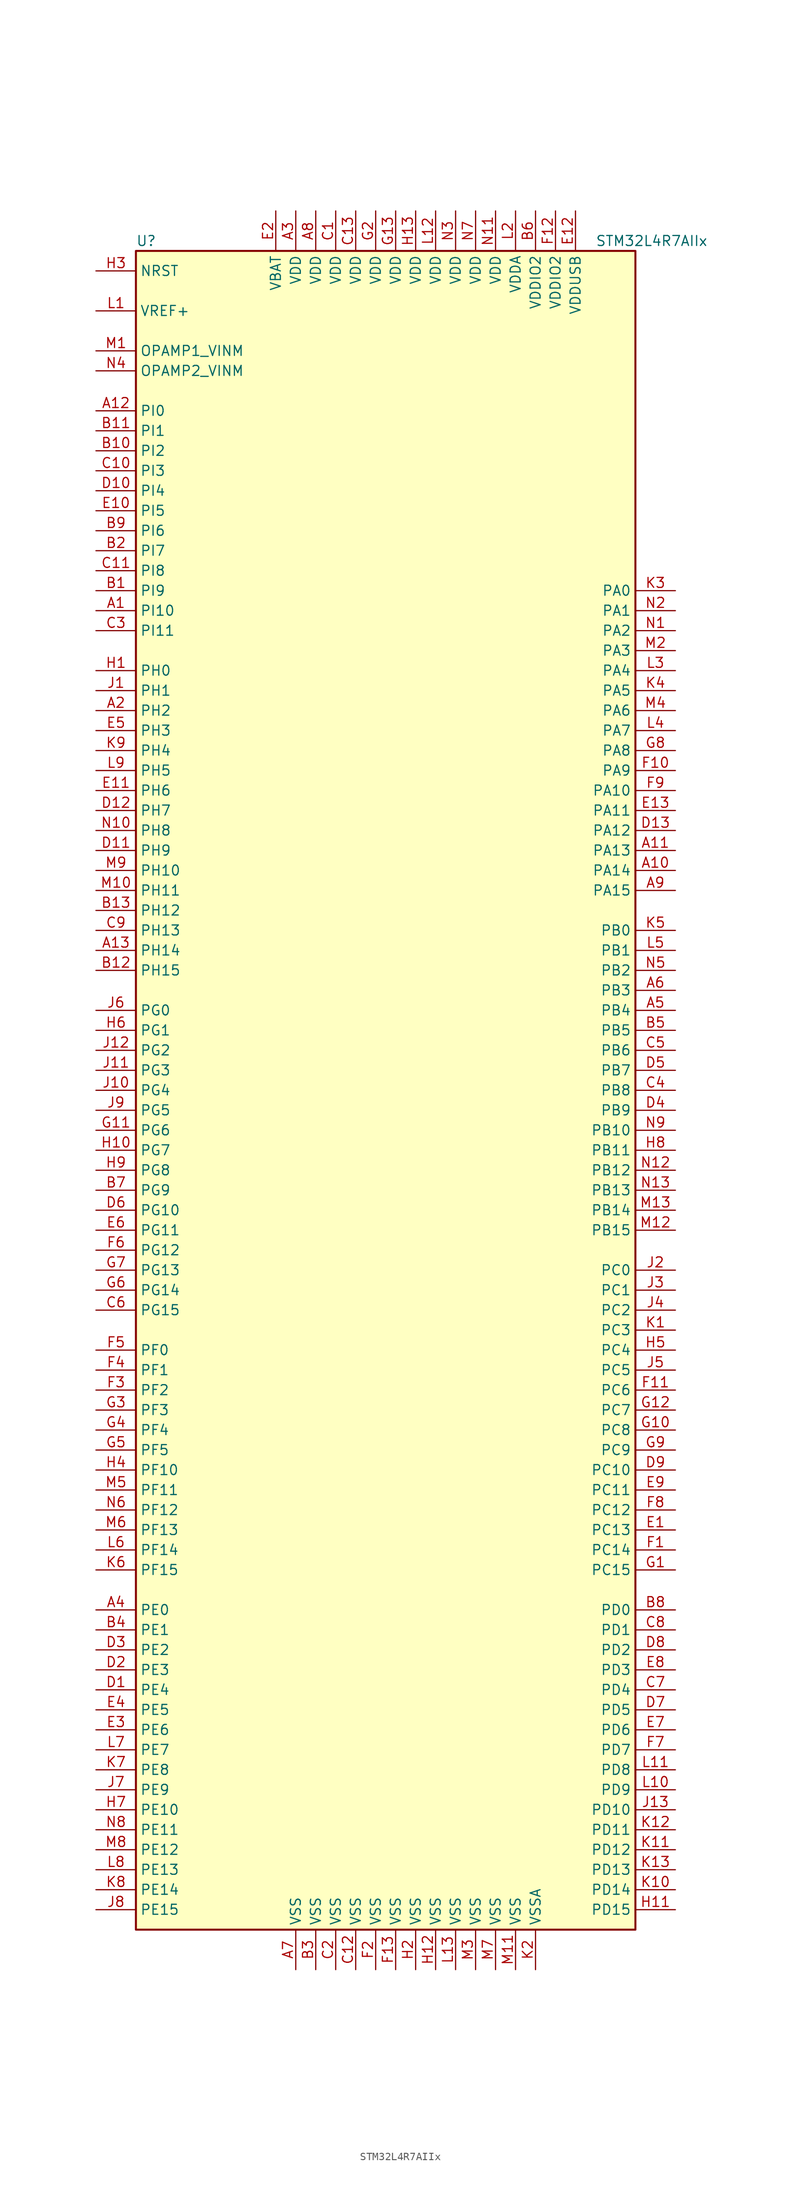
<source format=kicad_sym>
(kicad_symbol_lib
  (version 20201005)
  (generator kicad_symbol_editor)
  (symbol "STM32L4R7AIIx"
    (property "Reference" "U"
      (at -33.02 107.95 0)
      (effects (font (size 1.27 1.27)) (justify left)))
    (property "Value" "STM32L4R7AIIx"
      (at 25.4 107.95 0)
      (effects (font (size 1.27 1.27)) (justify left)))
    (symbol "STM32L4R7AIIx_0_1"
      (rectangle (start -33.02 -106.68) (end 30.48 106.68) (stroke (width 0.254)) (fill (type background))))
    (symbol "STM32L4R7AIIx_1_1"
      (pin input line (at -38.1 104.14 0) (length 5.08) (name "NRST" (effects (font (size 1.27 1.27)))) (number "H3" (effects (font (size 1.27 1.27)))))
      (pin bidirectional line (at -38.1 93.98 0) (length 5.08) (name "OPAMP1_VINM" (effects (font (size 1.27 1.27)))) (number "M1" (effects (font (size 1.27 1.27)))))
      (pin bidirectional line (at -38.1 91.44 0) (length 5.08) (name "OPAMP2_VINM" (effects (font (size 1.27 1.27)))) (number "N4" (effects (font (size 1.27 1.27)))))
      (pin bidirectional line (at 35.56 63.5 180) (length 5.08) (name "PA0" (effects (font (size 1.27 1.27)))) (number "K3" (effects (font (size 1.27 1.27)))))
      (pin bidirectional line (at 35.56 60.96 180) (length 5.08) (name "PA1" (effects (font (size 1.27 1.27)))) (number "N2" (effects (font (size 1.27 1.27)))))
      (pin bidirectional line (at 35.56 38.1 180) (length 5.08) (name "PA10" (effects (font (size 1.27 1.27)))) (number "F9" (effects (font (size 1.27 1.27)))))
      (pin bidirectional line (at 35.56 35.56 180) (length 5.08) (name "PA11" (effects (font (size 1.27 1.27)))) (number "E13" (effects (font (size 1.27 1.27)))))
      (pin bidirectional line (at 35.56 33.02 180) (length 5.08) (name "PA12" (effects (font (size 1.27 1.27)))) (number "D13" (effects (font (size 1.27 1.27)))))
      (pin bidirectional line (at 35.56 30.48 180) (length 5.08) (name "PA13" (effects (font (size 1.27 1.27)))) (number "A11" (effects (font (size 1.27 1.27)))))
      (pin bidirectional line (at 35.56 27.94 180) (length 5.08) (name "PA14" (effects (font (size 1.27 1.27)))) (number "A10" (effects (font (size 1.27 1.27)))))
      (pin bidirectional line (at 35.56 25.4 180) (length 5.08) (name "PA15" (effects (font (size 1.27 1.27)))) (number "A9" (effects (font (size 1.27 1.27)))))
      (pin bidirectional line (at 35.56 58.42 180) (length 5.08) (name "PA2" (effects (font (size 1.27 1.27)))) (number "N1" (effects (font (size 1.27 1.27)))))
      (pin bidirectional line (at 35.56 55.88 180) (length 5.08) (name "PA3" (effects (font (size 1.27 1.27)))) (number "M2" (effects (font (size 1.27 1.27)))))
      (pin bidirectional line (at 35.56 53.34 180) (length 5.08) (name "PA4" (effects (font (size 1.27 1.27)))) (number "L3" (effects (font (size 1.27 1.27)))))
      (pin bidirectional line (at 35.56 50.8 180) (length 5.08) (name "PA5" (effects (font (size 1.27 1.27)))) (number "K4" (effects (font (size 1.27 1.27)))))
      (pin bidirectional line (at 35.56 48.26 180) (length 5.08) (name "PA6" (effects (font (size 1.27 1.27)))) (number "M4" (effects (font (size 1.27 1.27)))))
      (pin bidirectional line (at 35.56 45.72 180) (length 5.08) (name "PA7" (effects (font (size 1.27 1.27)))) (number "L4" (effects (font (size 1.27 1.27)))))
      (pin bidirectional line (at 35.56 43.18 180) (length 5.08) (name "PA8" (effects (font (size 1.27 1.27)))) (number "G8" (effects (font (size 1.27 1.27)))))
      (pin bidirectional line (at 35.56 40.64 180) (length 5.08) (name "PA9" (effects (font (size 1.27 1.27)))) (number "F10" (effects (font (size 1.27 1.27)))))
      (pin bidirectional line (at 35.56 20.32 180) (length 5.08) (name "PB0" (effects (font (size 1.27 1.27)))) (number "K5" (effects (font (size 1.27 1.27)))))
      (pin bidirectional line (at 35.56 17.78 180) (length 5.08) (name "PB1" (effects (font (size 1.27 1.27)))) (number "L5" (effects (font (size 1.27 1.27)))))
      (pin bidirectional line (at 35.56 -5.08 180) (length 5.08) (name "PB10" (effects (font (size 1.27 1.27)))) (number "N9" (effects (font (size 1.27 1.27)))))
      (pin bidirectional line (at 35.56 -7.62 180) (length 5.08) (name "PB11" (effects (font (size 1.27 1.27)))) (number "H8" (effects (font (size 1.27 1.27)))))
      (pin bidirectional line (at 35.56 -10.16 180) (length 5.08) (name "PB12" (effects (font (size 1.27 1.27)))) (number "N12" (effects (font (size 1.27 1.27)))))
      (pin bidirectional line (at 35.56 -12.7 180) (length 5.08) (name "PB13" (effects (font (size 1.27 1.27)))) (number "N13" (effects (font (size 1.27 1.27)))))
      (pin bidirectional line (at 35.56 -15.24 180) (length 5.08) (name "PB14" (effects (font (size 1.27 1.27)))) (number "M13" (effects (font (size 1.27 1.27)))))
      (pin bidirectional line (at 35.56 -17.78 180) (length 5.08) (name "PB15" (effects (font (size 1.27 1.27)))) (number "M12" (effects (font (size 1.27 1.27)))))
      (pin bidirectional line (at 35.56 15.24 180) (length 5.08) (name "PB2" (effects (font (size 1.27 1.27)))) (number "N5" (effects (font (size 1.27 1.27)))))
      (pin bidirectional line (at 35.56 12.7 180) (length 5.08) (name "PB3" (effects (font (size 1.27 1.27)))) (number "A6" (effects (font (size 1.27 1.27)))))
      (pin bidirectional line (at 35.56 10.16 180) (length 5.08) (name "PB4" (effects (font (size 1.27 1.27)))) (number "A5" (effects (font (size 1.27 1.27)))))
      (pin bidirectional line (at 35.56 7.62 180) (length 5.08) (name "PB5" (effects (font (size 1.27 1.27)))) (number "B5" (effects (font (size 1.27 1.27)))))
      (pin bidirectional line (at 35.56 5.08 180) (length 5.08) (name "PB6" (effects (font (size 1.27 1.27)))) (number "C5" (effects (font (size 1.27 1.27)))))
      (pin bidirectional line (at 35.56 2.54 180) (length 5.08) (name "PB7" (effects (font (size 1.27 1.27)))) (number "D5" (effects (font (size 1.27 1.27)))))
      (pin bidirectional line (at 35.56 0 180) (length 5.08) (name "PB8" (effects (font (size 1.27 1.27)))) (number "C4" (effects (font (size 1.27 1.27)))))
      (pin bidirectional line (at 35.56 -2.54 180) (length 5.08) (name "PB9" (effects (font (size 1.27 1.27)))) (number "D4" (effects (font (size 1.27 1.27)))))
      (pin bidirectional line (at 35.56 -22.86 180) (length 5.08) (name "PC0" (effects (font (size 1.27 1.27)))) (number "J2" (effects (font (size 1.27 1.27)))))
      (pin bidirectional line (at 35.56 -25.4 180) (length 5.08) (name "PC1" (effects (font (size 1.27 1.27)))) (number "J3" (effects (font (size 1.27 1.27)))))
      (pin bidirectional line (at 35.56 -48.26 180) (length 5.08) (name "PC10" (effects (font (size 1.27 1.27)))) (number "D9" (effects (font (size 1.27 1.27)))))
      (pin bidirectional line (at 35.56 -50.8 180) (length 5.08) (name "PC11" (effects (font (size 1.27 1.27)))) (number "E9" (effects (font (size 1.27 1.27)))))
      (pin bidirectional line (at 35.56 -53.34 180) (length 5.08) (name "PC12" (effects (font (size 1.27 1.27)))) (number "F8" (effects (font (size 1.27 1.27)))))
      (pin bidirectional line (at 35.56 -55.88 180) (length 5.08) (name "PC13" (effects (font (size 1.27 1.27)))) (number "E1" (effects (font (size 1.27 1.27)))))
      (pin bidirectional line (at 35.56 -58.42 180) (length 5.08) (name "PC14" (effects (font (size 1.27 1.27)))) (number "F1" (effects (font (size 1.27 1.27)))))
      (pin bidirectional line (at 35.56 -60.96 180) (length 5.08) (name "PC15" (effects (font (size 1.27 1.27)))) (number "G1" (effects (font (size 1.27 1.27)))))
      (pin bidirectional line (at 35.56 -27.94 180) (length 5.08) (name "PC2" (effects (font (size 1.27 1.27)))) (number "J4" (effects (font (size 1.27 1.27)))))
      (pin bidirectional line (at 35.56 -30.48 180) (length 5.08) (name "PC3" (effects (font (size 1.27 1.27)))) (number "K1" (effects (font (size 1.27 1.27)))))
      (pin bidirectional line (at 35.56 -33.02 180) (length 5.08) (name "PC4" (effects (font (size 1.27 1.27)))) (number "H5" (effects (font (size 1.27 1.27)))))
      (pin bidirectional line (at 35.56 -35.56 180) (length 5.08) (name "PC5" (effects (font (size 1.27 1.27)))) (number "J5" (effects (font (size 1.27 1.27)))))
      (pin bidirectional line (at 35.56 -38.1 180) (length 5.08) (name "PC6" (effects (font (size 1.27 1.27)))) (number "F11" (effects (font (size 1.27 1.27)))))
      (pin bidirectional line (at 35.56 -40.64 180) (length 5.08) (name "PC7" (effects (font (size 1.27 1.27)))) (number "G12" (effects (font (size 1.27 1.27)))))
      (pin bidirectional line (at 35.56 -43.18 180) (length 5.08) (name "PC8" (effects (font (size 1.27 1.27)))) (number "G10" (effects (font (size 1.27 1.27)))))
      (pin bidirectional line (at 35.56 -45.72 180) (length 5.08) (name "PC9" (effects (font (size 1.27 1.27)))) (number "G9" (effects (font (size 1.27 1.27)))))
      (pin bidirectional line (at 35.56 -66.04 180) (length 5.08) (name "PD0" (effects (font (size 1.27 1.27)))) (number "B8" (effects (font (size 1.27 1.27)))))
      (pin bidirectional line (at 35.56 -68.58 180) (length 5.08) (name "PD1" (effects (font (size 1.27 1.27)))) (number "C8" (effects (font (size 1.27 1.27)))))
      (pin bidirectional line (at 35.56 -91.44 180) (length 5.08) (name "PD10" (effects (font (size 1.27 1.27)))) (number "J13" (effects (font (size 1.27 1.27)))))
      (pin bidirectional line (at 35.56 -93.98 180) (length 5.08) (name "PD11" (effects (font (size 1.27 1.27)))) (number "K12" (effects (font (size 1.27 1.27)))))
      (pin bidirectional line (at 35.56 -96.52 180) (length 5.08) (name "PD12" (effects (font (size 1.27 1.27)))) (number "K11" (effects (font (size 1.27 1.27)))))
      (pin bidirectional line (at 35.56 -99.06 180) (length 5.08) (name "PD13" (effects (font (size 1.27 1.27)))) (number "K13" (effects (font (size 1.27 1.27)))))
      (pin bidirectional line (at 35.56 -101.6 180) (length 5.08) (name "PD14" (effects (font (size 1.27 1.27)))) (number "K10" (effects (font (size 1.27 1.27)))))
      (pin bidirectional line (at 35.56 -104.14 180) (length 5.08) (name "PD15" (effects (font (size 1.27 1.27)))) (number "H11" (effects (font (size 1.27 1.27)))))
      (pin bidirectional line (at 35.56 -71.12 180) (length 5.08) (name "PD2" (effects (font (size 1.27 1.27)))) (number "D8" (effects (font (size 1.27 1.27)))))
      (pin bidirectional line (at 35.56 -73.66 180) (length 5.08) (name "PD3" (effects (font (size 1.27 1.27)))) (number "E8" (effects (font (size 1.27 1.27)))))
      (pin bidirectional line (at 35.56 -76.2 180) (length 5.08) (name "PD4" (effects (font (size 1.27 1.27)))) (number "C7" (effects (font (size 1.27 1.27)))))
      (pin bidirectional line (at 35.56 -78.74 180) (length 5.08) (name "PD5" (effects (font (size 1.27 1.27)))) (number "D7" (effects (font (size 1.27 1.27)))))
      (pin bidirectional line (at 35.56 -81.28 180) (length 5.08) (name "PD6" (effects (font (size 1.27 1.27)))) (number "E7" (effects (font (size 1.27 1.27)))))
      (pin bidirectional line (at 35.56 -83.82 180) (length 5.08) (name "PD7" (effects (font (size 1.27 1.27)))) (number "F7" (effects (font (size 1.27 1.27)))))
      (pin bidirectional line (at 35.56 -86.36 180) (length 5.08) (name "PD8" (effects (font (size 1.27 1.27)))) (number "L11" (effects (font (size 1.27 1.27)))))
      (pin bidirectional line (at 35.56 -88.9 180) (length 5.08) (name "PD9" (effects (font (size 1.27 1.27)))) (number "L10" (effects (font (size 1.27 1.27)))))
      (pin bidirectional line (at -38.1 -66.04 0) (length 5.08) (name "PE0" (effects (font (size 1.27 1.27)))) (number "A4" (effects (font (size 1.27 1.27)))))
      (pin bidirectional line (at -38.1 -68.58 0) (length 5.08) (name "PE1" (effects (font (size 1.27 1.27)))) (number "B4" (effects (font (size 1.27 1.27)))))
      (pin bidirectional line (at -38.1 -91.44 0) (length 5.08) (name "PE10" (effects (font (size 1.27 1.27)))) (number "H7" (effects (font (size 1.27 1.27)))))
      (pin bidirectional line (at -38.1 -93.98 0) (length 5.08) (name "PE11" (effects (font (size 1.27 1.27)))) (number "N8" (effects (font (size 1.27 1.27)))))
      (pin bidirectional line (at -38.1 -96.52 0) (length 5.08) (name "PE12" (effects (font (size 1.27 1.27)))) (number "M8" (effects (font (size 1.27 1.27)))))
      (pin bidirectional line (at -38.1 -99.06 0) (length 5.08) (name "PE13" (effects (font (size 1.27 1.27)))) (number "L8" (effects (font (size 1.27 1.27)))))
      (pin bidirectional line (at -38.1 -101.6 0) (length 5.08) (name "PE14" (effects (font (size 1.27 1.27)))) (number "K8" (effects (font (size 1.27 1.27)))))
      (pin bidirectional line (at -38.1 -104.14 0) (length 5.08) (name "PE15" (effects (font (size 1.27 1.27)))) (number "J8" (effects (font (size 1.27 1.27)))))
      (pin bidirectional line (at -38.1 -71.12 0) (length 5.08) (name "PE2" (effects (font (size 1.27 1.27)))) (number "D3" (effects (font (size 1.27 1.27)))))
      (pin bidirectional line (at -38.1 -73.66 0) (length 5.08) (name "PE3" (effects (font (size 1.27 1.27)))) (number "D2" (effects (font (size 1.27 1.27)))))
      (pin bidirectional line (at -38.1 -76.2 0) (length 5.08) (name "PE4" (effects (font (size 1.27 1.27)))) (number "D1" (effects (font (size 1.27 1.27)))))
      (pin bidirectional line (at -38.1 -78.74 0) (length 5.08) (name "PE5" (effects (font (size 1.27 1.27)))) (number "E4" (effects (font (size 1.27 1.27)))))
      (pin bidirectional line (at -38.1 -81.28 0) (length 5.08) (name "PE6" (effects (font (size 1.27 1.27)))) (number "E3" (effects (font (size 1.27 1.27)))))
      (pin bidirectional line (at -38.1 -83.82 0) (length 5.08) (name "PE7" (effects (font (size 1.27 1.27)))) (number "L7" (effects (font (size 1.27 1.27)))))
      (pin bidirectional line (at -38.1 -86.36 0) (length 5.08) (name "PE8" (effects (font (size 1.27 1.27)))) (number "K7" (effects (font (size 1.27 1.27)))))
      (pin bidirectional line (at -38.1 -88.9 0) (length 5.08) (name "PE9" (effects (font (size 1.27 1.27)))) (number "J7" (effects (font (size 1.27 1.27)))))
      (pin bidirectional line (at -38.1 -33.02 0) (length 5.08) (name "PF0" (effects (font (size 1.27 1.27)))) (number "F5" (effects (font (size 1.27 1.27)))))
      (pin bidirectional line (at -38.1 -35.56 0) (length 5.08) (name "PF1" (effects (font (size 1.27 1.27)))) (number "F4" (effects (font (size 1.27 1.27)))))
      (pin bidirectional line (at -38.1 -48.26 0) (length 5.08) (name "PF10" (effects (font (size 1.27 1.27)))) (number "H4" (effects (font (size 1.27 1.27)))))
      (pin bidirectional line (at -38.1 -50.8 0) (length 5.08) (name "PF11" (effects (font (size 1.27 1.27)))) (number "M5" (effects (font (size 1.27 1.27)))))
      (pin bidirectional line (at -38.1 -53.34 0) (length 5.08) (name "PF12" (effects (font (size 1.27 1.27)))) (number "N6" (effects (font (size 1.27 1.27)))))
      (pin bidirectional line (at -38.1 -55.88 0) (length 5.08) (name "PF13" (effects (font (size 1.27 1.27)))) (number "M6" (effects (font (size 1.27 1.27)))))
      (pin bidirectional line (at -38.1 -58.42 0) (length 5.08) (name "PF14" (effects (font (size 1.27 1.27)))) (number "L6" (effects (font (size 1.27 1.27)))))
      (pin bidirectional line (at -38.1 -60.96 0) (length 5.08) (name "PF15" (effects (font (size 1.27 1.27)))) (number "K6" (effects (font (size 1.27 1.27)))))
      (pin bidirectional line (at -38.1 -38.1 0) (length 5.08) (name "PF2" (effects (font (size 1.27 1.27)))) (number "F3" (effects (font (size 1.27 1.27)))))
      (pin bidirectional line (at -38.1 -40.64 0) (length 5.08) (name "PF3" (effects (font (size 1.27 1.27)))) (number "G3" (effects (font (size 1.27 1.27)))))
      (pin bidirectional line (at -38.1 -43.18 0) (length 5.08) (name "PF4" (effects (font (size 1.27 1.27)))) (number "G4" (effects (font (size 1.27 1.27)))))
      (pin bidirectional line (at -38.1 -45.72 0) (length 5.08) (name "PF5" (effects (font (size 1.27 1.27)))) (number "G5" (effects (font (size 1.27 1.27)))))
      (pin bidirectional line (at -38.1 10.16 0) (length 5.08) (name "PG0" (effects (font (size 1.27 1.27)))) (number "J6" (effects (font (size 1.27 1.27)))))
      (pin bidirectional line (at -38.1 7.62 0) (length 5.08) (name "PG1" (effects (font (size 1.27 1.27)))) (number "H6" (effects (font (size 1.27 1.27)))))
      (pin bidirectional line (at -38.1 -15.24 0) (length 5.08) (name "PG10" (effects (font (size 1.27 1.27)))) (number "D6" (effects (font (size 1.27 1.27)))))
      (pin bidirectional line (at -38.1 -17.78 0) (length 5.08) (name "PG11" (effects (font (size 1.27 1.27)))) (number "E6" (effects (font (size 1.27 1.27)))))
      (pin bidirectional line (at -38.1 -20.32 0) (length 5.08) (name "PG12" (effects (font (size 1.27 1.27)))) (number "F6" (effects (font (size 1.27 1.27)))))
      (pin bidirectional line (at -38.1 -22.86 0) (length 5.08) (name "PG13" (effects (font (size 1.27 1.27)))) (number "G7" (effects (font (size 1.27 1.27)))))
      (pin bidirectional line (at -38.1 -25.4 0) (length 5.08) (name "PG14" (effects (font (size 1.27 1.27)))) (number "G6" (effects (font (size 1.27 1.27)))))
      (pin bidirectional line (at -38.1 -27.94 0) (length 5.08) (name "PG15" (effects (font (size 1.27 1.27)))) (number "C6" (effects (font (size 1.27 1.27)))))
      (pin bidirectional line (at -38.1 5.08 0) (length 5.08) (name "PG2" (effects (font (size 1.27 1.27)))) (number "J12" (effects (font (size 1.27 1.27)))))
      (pin bidirectional line (at -38.1 2.54 0) (length 5.08) (name "PG3" (effects (font (size 1.27 1.27)))) (number "J11" (effects (font (size 1.27 1.27)))))
      (pin bidirectional line (at -38.1 0 0) (length 5.08) (name "PG4" (effects (font (size 1.27 1.27)))) (number "J10" (effects (font (size 1.27 1.27)))))
      (pin bidirectional line (at -38.1 -2.54 0) (length 5.08) (name "PG5" (effects (font (size 1.27 1.27)))) (number "J9" (effects (font (size 1.27 1.27)))))
      (pin bidirectional line (at -38.1 -5.08 0) (length 5.08) (name "PG6" (effects (font (size 1.27 1.27)))) (number "G11" (effects (font (size 1.27 1.27)))))
      (pin bidirectional line (at -38.1 -7.62 0) (length 5.08) (name "PG7" (effects (font (size 1.27 1.27)))) (number "H10" (effects (font (size 1.27 1.27)))))
      (pin bidirectional line (at -38.1 -10.16 0) (length 5.08) (name "PG8" (effects (font (size 1.27 1.27)))) (number "H9" (effects (font (size 1.27 1.27)))))
      (pin bidirectional line (at -38.1 -12.7 0) (length 5.08) (name "PG9" (effects (font (size 1.27 1.27)))) (number "B7" (effects (font (size 1.27 1.27)))))
      (pin input line (at -38.1 53.34 0) (length 5.08) (name "PH0" (effects (font (size 1.27 1.27)))) (number "H1" (effects (font (size 1.27 1.27)))))
      (pin input line (at -38.1 50.8 0) (length 5.08) (name "PH1" (effects (font (size 1.27 1.27)))) (number "J1" (effects (font (size 1.27 1.27)))))
      (pin bidirectional line (at -38.1 27.94 0) (length 5.08) (name "PH10" (effects (font (size 1.27 1.27)))) (number "M9" (effects (font (size 1.27 1.27)))))
      (pin bidirectional line (at -38.1 25.4 0) (length 5.08) (name "PH11" (effects (font (size 1.27 1.27)))) (number "M10" (effects (font (size 1.27 1.27)))))
      (pin bidirectional line (at -38.1 22.86 0) (length 5.08) (name "PH12" (effects (font (size 1.27 1.27)))) (number "B13" (effects (font (size 1.27 1.27)))))
      (pin bidirectional line (at -38.1 20.32 0) (length 5.08) (name "PH13" (effects (font (size 1.27 1.27)))) (number "C9" (effects (font (size 1.27 1.27)))))
      (pin bidirectional line (at -38.1 17.78 0) (length 5.08) (name "PH14" (effects (font (size 1.27 1.27)))) (number "A13" (effects (font (size 1.27 1.27)))))
      (pin bidirectional line (at -38.1 15.24 0) (length 5.08) (name "PH15" (effects (font (size 1.27 1.27)))) (number "B12" (effects (font (size 1.27 1.27)))))
      (pin bidirectional line (at -38.1 48.26 0) (length 5.08) (name "PH2" (effects (font (size 1.27 1.27)))) (number "A2" (effects (font (size 1.27 1.27)))))
      (pin bidirectional line (at -38.1 45.72 0) (length 5.08) (name "PH3" (effects (font (size 1.27 1.27)))) (number "E5" (effects (font (size 1.27 1.27)))))
      (pin bidirectional line (at -38.1 43.18 0) (length 5.08) (name "PH4" (effects (font (size 1.27 1.27)))) (number "K9" (effects (font (size 1.27 1.27)))))
      (pin bidirectional line (at -38.1 40.64 0) (length 5.08) (name "PH5" (effects (font (size 1.27 1.27)))) (number "L9" (effects (font (size 1.27 1.27)))))
      (pin bidirectional line (at -38.1 38.1 0) (length 5.08) (name "PH6" (effects (font (size 1.27 1.27)))) (number "E11" (effects (font (size 1.27 1.27)))))
      (pin bidirectional line (at -38.1 35.56 0) (length 5.08) (name "PH7" (effects (font (size 1.27 1.27)))) (number "D12" (effects (font (size 1.27 1.27)))))
      (pin bidirectional line (at -38.1 33.02 0) (length 5.08) (name "PH8" (effects (font (size 1.27 1.27)))) (number "N10" (effects (font (size 1.27 1.27)))))
      (pin bidirectional line (at -38.1 30.48 0) (length 5.08) (name "PH9" (effects (font (size 1.27 1.27)))) (number "D11" (effects (font (size 1.27 1.27)))))
      (pin bidirectional line (at -38.1 86.36 0) (length 5.08) (name "PI0" (effects (font (size 1.27 1.27)))) (number "A12" (effects (font (size 1.27 1.27)))))
      (pin bidirectional line (at -38.1 83.82 0) (length 5.08) (name "PI1" (effects (font (size 1.27 1.27)))) (number "B11" (effects (font (size 1.27 1.27)))))
      (pin bidirectional line (at -38.1 60.96 0) (length 5.08) (name "PI10" (effects (font (size 1.27 1.27)))) (number "A1" (effects (font (size 1.27 1.27)))))
      (pin bidirectional line (at -38.1 58.42 0) (length 5.08) (name "PI11" (effects (font (size 1.27 1.27)))) (number "C3" (effects (font (size 1.27 1.27)))))
      (pin bidirectional line (at -38.1 81.28 0) (length 5.08) (name "PI2" (effects (font (size 1.27 1.27)))) (number "B10" (effects (font (size 1.27 1.27)))))
      (pin bidirectional line (at -38.1 78.74 0) (length 5.08) (name "PI3" (effects (font (size 1.27 1.27)))) (number "C10" (effects (font (size 1.27 1.27)))))
      (pin bidirectional line (at -38.1 76.2 0) (length 5.08) (name "PI4" (effects (font (size 1.27 1.27)))) (number "D10" (effects (font (size 1.27 1.27)))))
      (pin bidirectional line (at -38.1 73.66 0) (length 5.08) (name "PI5" (effects (font (size 1.27 1.27)))) (number "E10" (effects (font (size 1.27 1.27)))))
      (pin bidirectional line (at -38.1 71.12 0) (length 5.08) (name "PI6" (effects (font (size 1.27 1.27)))) (number "B9" (effects (font (size 1.27 1.27)))))
      (pin bidirectional line (at -38.1 68.58 0) (length 5.08) (name "PI7" (effects (font (size 1.27 1.27)))) (number "B2" (effects (font (size 1.27 1.27)))))
      (pin bidirectional line (at -38.1 66.04 0) (length 5.08) (name "PI8" (effects (font (size 1.27 1.27)))) (number "C11" (effects (font (size 1.27 1.27)))))
      (pin bidirectional line (at -38.1 63.5 0) (length 5.08) (name "PI9" (effects (font (size 1.27 1.27)))) (number "B1" (effects (font (size 1.27 1.27)))))
      (pin power_in line (at -15.24 111.76 270) (length 5.08) (name "VBAT" (effects (font (size 1.27 1.27)))) (number "E2" (effects (font (size 1.27 1.27)))))
      (pin power_in line (at -12.7 111.76 270) (length 5.08) (name "VDD" (effects (font (size 1.27 1.27)))) (number "A3" (effects (font (size 1.27 1.27)))))
      (pin power_in line (at -10.16 111.76 270) (length 5.08) (name "VDD" (effects (font (size 1.27 1.27)))) (number "A8" (effects (font (size 1.27 1.27)))))
      (pin power_in line (at -7.62 111.76 270) (length 5.08) (name "VDD" (effects (font (size 1.27 1.27)))) (number "C1" (effects (font (size 1.27 1.27)))))
      (pin power_in line (at -5.08 111.76 270) (length 5.08) (name "VDD" (effects (font (size 1.27 1.27)))) (number "C13" (effects (font (size 1.27 1.27)))))
      (pin power_in line (at 0 111.76 270) (length 5.08) (name "VDD" (effects (font (size 1.27 1.27)))) (number "G13" (effects (font (size 1.27 1.27)))))
      (pin power_in line (at -2.54 111.76 270) (length 5.08) (name "VDD" (effects (font (size 1.27 1.27)))) (number "G2" (effects (font (size 1.27 1.27)))))
      (pin power_in line (at 2.54 111.76 270) (length 5.08) (name "VDD" (effects (font (size 1.27 1.27)))) (number "H13" (effects (font (size 1.27 1.27)))))
      (pin power_in line (at 5.08 111.76 270) (length 5.08) (name "VDD" (effects (font (size 1.27 1.27)))) (number "L12" (effects (font (size 1.27 1.27)))))
      (pin power_in line (at 12.7 111.76 270) (length 5.08) (name "VDD" (effects (font (size 1.27 1.27)))) (number "N11" (effects (font (size 1.27 1.27)))))
      (pin power_in line (at 7.62 111.76 270) (length 5.08) (name "VDD" (effects (font (size 1.27 1.27)))) (number "N3" (effects (font (size 1.27 1.27)))))
      (pin power_in line (at 10.16 111.76 270) (length 5.08) (name "VDD" (effects (font (size 1.27 1.27)))) (number "N7" (effects (font (size 1.27 1.27)))))
      (pin power_in line (at 15.24 111.76 270) (length 5.08) (name "VDDA" (effects (font (size 1.27 1.27)))) (number "L2" (effects (font (size 1.27 1.27)))))
      (pin power_in line (at 17.78 111.76 270) (length 5.08) (name "VDDIO2" (effects (font (size 1.27 1.27)))) (number "B6" (effects (font (size 1.27 1.27)))))
      (pin power_in line (at 20.32 111.76 270) (length 5.08) (name "VDDIO2" (effects (font (size 1.27 1.27)))) (number "F12" (effects (font (size 1.27 1.27)))))
      (pin power_in line (at 22.86 111.76 270) (length 5.08) (name "VDDUSB" (effects (font (size 1.27 1.27)))) (number "E12" (effects (font (size 1.27 1.27)))))
      (pin bidirectional line (at -38.1 99.06 0) (length 5.08) (name "VREF+" (effects (font (size 1.27 1.27)))) (number "L1" (effects (font (size 1.27 1.27)))))
      (pin power_in line (at -12.7 -111.76 90) (length 5.08) (name "VSS" (effects (font (size 1.27 1.27)))) (number "A7" (effects (font (size 1.27 1.27)))))
      (pin power_in line (at -10.16 -111.76 90) (length 5.08) (name "VSS" (effects (font (size 1.27 1.27)))) (number "B3" (effects (font (size 1.27 1.27)))))
      (pin power_in line (at -5.08 -111.76 90) (length 5.08) (name "VSS" (effects (font (size 1.27 1.27)))) (number "C12" (effects (font (size 1.27 1.27)))))
      (pin power_in line (at -7.62 -111.76 90) (length 5.08) (name "VSS" (effects (font (size 1.27 1.27)))) (number "C2" (effects (font (size 1.27 1.27)))))
      (pin power_in line (at 0 -111.76 90) (length 5.08) (name "VSS" (effects (font (size 1.27 1.27)))) (number "F13" (effects (font (size 1.27 1.27)))))
      (pin power_in line (at -2.54 -111.76 90) (length 5.08) (name "VSS" (effects (font (size 1.27 1.27)))) (number "F2" (effects (font (size 1.27 1.27)))))
      (pin power_in line (at 5.08 -111.76 90) (length 5.08) (name "VSS" (effects (font (size 1.27 1.27)))) (number "H12" (effects (font (size 1.27 1.27)))))
      (pin power_in line (at 2.54 -111.76 90) (length 5.08) (name "VSS" (effects (font (size 1.27 1.27)))) (number "H2" (effects (font (size 1.27 1.27)))))
      (pin power_in line (at 7.62 -111.76 90) (length 5.08) (name "VSS" (effects (font (size 1.27 1.27)))) (number "L13" (effects (font (size 1.27 1.27)))))
      (pin power_in line (at 15.24 -111.76 90) (length 5.08) (name "VSS" (effects (font (size 1.27 1.27)))) (number "M11" (effects (font (size 1.27 1.27)))))
      (pin power_in line (at 10.16 -111.76 90) (length 5.08) (name "VSS" (effects (font (size 1.27 1.27)))) (number "M3" (effects (font (size 1.27 1.27)))))
      (pin power_in line (at 12.7 -111.76 90) (length 5.08) (name "VSS" (effects (font (size 1.27 1.27)))) (number "M7" (effects (font (size 1.27 1.27)))))
      (pin power_in line (at 17.78 -111.76 90) (length 5.08) (name "VSSA" (effects (font (size 1.27 1.27)))) (number "K2" (effects (font (size 1.27 1.27))))))))
</source>
